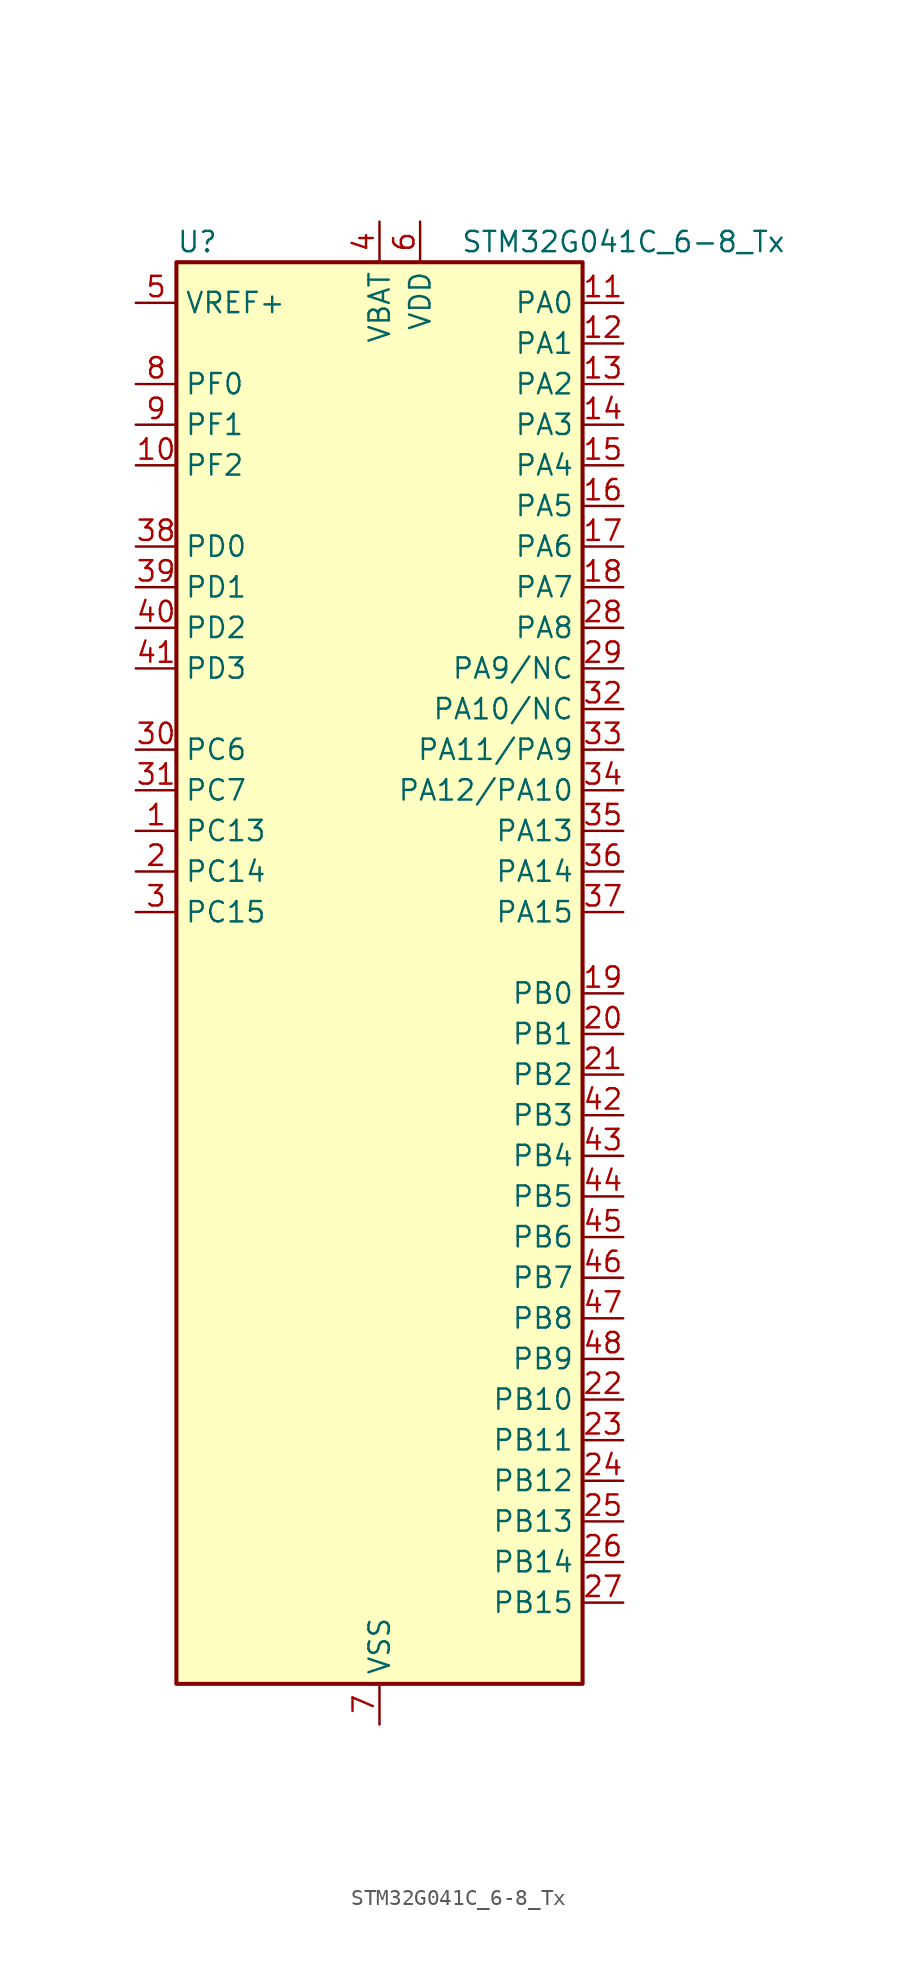
<source format=kicad_sym>
(kicad_symbol_lib
  (version 20231120)
  (generator "kicad_symbol_editor")
  (generator_version "8.0")
  (symbol "STM32G041C_6-8_Tx"
    (property "Reference" "U"
      (at -12.7 46.99 0)
      (effects (font (size 1.27 1.27)) (justify left)))
    (property "Value" "STM32G041C_6-8_Tx"
      (at 5.08 46.99 0)
      (effects (font (size 1.27 1.27)) (justify left)))
    (property "ki_locked" ""
      (at 0 0 0)
      (effects (font (size 1.27 1.27))))
    (symbol "STM32G041C_6-8_Tx_0_1"
      (rectangle (start -12.7 -43.18) (end 12.7 45.72) (stroke (width 0.254) (type default)) (fill (type background))))
    (symbol "STM32G041C_6-8_Tx_1_1"
      (pin bidirectional line (at -15.24 10.16 0) (length 2.54) (name "PC13" (effects (font (size 1.27 1.27)))) (number "1" (effects (font (size 1.27 1.27)))) (alternate "RTC_OUT_ALARM" bidirectional line) (alternate "RTC_OUT_CALIB" bidirectional line) (alternate "RTC_TAMP_IN1" bidirectional line) (alternate "RTC_TS" bidirectional line) (alternate "SYS_WKUP2" bidirectional line) (alternate "TIM1_BK" bidirectional line))
      (pin bidirectional line (at -15.24 33.02 0) (length 2.54) (name "PF2" (effects (font (size 1.27 1.27)))) (number "10" (effects (font (size 1.27 1.27)))) (alternate "RCC_MCO" bidirectional line))
      (pin bidirectional line (at 15.24 43.18 180) (length 2.54) (name "PA0" (effects (font (size 1.27 1.27)))) (number "11" (effects (font (size 1.27 1.27)))) (alternate "ADC1_IN0" bidirectional line) (alternate "LPTIM1_OUT" bidirectional line) (alternate "RTC_TAMP_IN2" bidirectional line) (alternate "SPI2_SCK" bidirectional line) (alternate "SYS_WKUP1" bidirectional line) (alternate "TIM2_CH1" bidirectional line) (alternate "TIM2_ETR" bidirectional line) (alternate "USART2_CTS" bidirectional line) (alternate "USART2_NSS" bidirectional line))
      (pin bidirectional line (at 15.24 40.64 180) (length 2.54) (name "PA1" (effects (font (size 1.27 1.27)))) (number "12" (effects (font (size 1.27 1.27)))) (alternate "ADC1_IN1" bidirectional line) (alternate "I2C1_SMBA" bidirectional line) (alternate "I2S1_CK" bidirectional line) (alternate "SPI1_SCK" bidirectional line) (alternate "TIM2_CH2" bidirectional line) (alternate "USART2_CK" bidirectional line) (alternate "USART2_DE" bidirectional line) (alternate "USART2_RTS" bidirectional line))
      (pin bidirectional line (at 15.24 38.1 180) (length 2.54) (name "PA2" (effects (font (size 1.27 1.27)))) (number "13" (effects (font (size 1.27 1.27)))) (alternate "ADC1_IN2" bidirectional line) (alternate "I2S1_SD" bidirectional line) (alternate "LPUART1_TX" bidirectional line) (alternate "RCC_LSCO" bidirectional line) (alternate "SPI1_MOSI" bidirectional line) (alternate "SYS_WKUP4" bidirectional line) (alternate "TIM2_CH3" bidirectional line) (alternate "USART2_TX" bidirectional line))
      (pin bidirectional line (at 15.24 35.56 180) (length 2.54) (name "PA3" (effects (font (size 1.27 1.27)))) (number "14" (effects (font (size 1.27 1.27)))) (alternate "ADC1_IN3" bidirectional line) (alternate "LPUART1_RX" bidirectional line) (alternate "SPI2_MISO" bidirectional line) (alternate "TIM2_CH4" bidirectional line) (alternate "USART2_RX" bidirectional line))
      (pin bidirectional line (at 15.24 33.02 180) (length 2.54) (name "PA4" (effects (font (size 1.27 1.27)))) (number "15" (effects (font (size 1.27 1.27)))) (alternate "ADC1_IN4" bidirectional line) (alternate "I2S1_WS" bidirectional line) (alternate "LPTIM2_OUT" bidirectional line) (alternate "RTC_OUT_ALARM" bidirectional line) (alternate "RTC_OUT_CALIB" bidirectional line) (alternate "SPI1_NSS" bidirectional line) (alternate "SPI2_MOSI" bidirectional line) (alternate "TIM14_CH1" bidirectional line))
      (pin bidirectional line (at 15.24 30.48 180) (length 2.54) (name "PA5" (effects (font (size 1.27 1.27)))) (number "16" (effects (font (size 1.27 1.27)))) (alternate "ADC1_IN5" bidirectional line) (alternate "I2S1_CK" bidirectional line) (alternate "LPTIM2_ETR" bidirectional line) (alternate "SPI1_SCK" bidirectional line) (alternate "TIM2_CH1" bidirectional line) (alternate "TIM2_ETR" bidirectional line))
      (pin bidirectional line (at 15.24 27.94 180) (length 2.54) (name "PA6" (effects (font (size 1.27 1.27)))) (number "17" (effects (font (size 1.27 1.27)))) (alternate "ADC1_IN6" bidirectional line) (alternate "I2S1_MCK" bidirectional line) (alternate "LPUART1_CTS" bidirectional line) (alternate "SPI1_MISO" bidirectional line) (alternate "TIM16_CH1" bidirectional line) (alternate "TIM1_BK" bidirectional line) (alternate "TIM3_CH1" bidirectional line))
      (pin bidirectional line (at 15.24 25.4 180) (length 2.54) (name "PA7" (effects (font (size 1.27 1.27)))) (number "18" (effects (font (size 1.27 1.27)))) (alternate "ADC1_IN7" bidirectional line) (alternate "I2S1_SD" bidirectional line) (alternate "SPI1_MOSI" bidirectional line) (alternate "TIM14_CH1" bidirectional line) (alternate "TIM17_CH1" bidirectional line) (alternate "TIM1_CH1N" bidirectional line) (alternate "TIM3_CH2" bidirectional line))
      (pin bidirectional line (at 15.24 0 180) (length 2.54) (name "PB0" (effects (font (size 1.27 1.27)))) (number "19" (effects (font (size 1.27 1.27)))) (alternate "ADC1_IN8" bidirectional line) (alternate "I2S1_WS" bidirectional line) (alternate "LPTIM1_OUT" bidirectional line) (alternate "SPI1_NSS" bidirectional line) (alternate "TIM1_CH2N" bidirectional line) (alternate "TIM3_CH3" bidirectional line))
      (pin bidirectional line (at -15.24 7.62 0) (length 2.54) (name "PC14" (effects (font (size 1.27 1.27)))) (number "2" (effects (font (size 1.27 1.27)))) (alternate "RCC_OSC32_IN" bidirectional line) (alternate "TIM1_BK2" bidirectional line))
      (pin bidirectional line (at 15.24 -2.54 180) (length 2.54) (name "PB1" (effects (font (size 1.27 1.27)))) (number "20" (effects (font (size 1.27 1.27)))) (alternate "ADC1_IN9" bidirectional line) (alternate "LPTIM2_IN1" bidirectional line) (alternate "LPUART1_DE" bidirectional line) (alternate "LPUART1_RTS" bidirectional line) (alternate "TIM14_CH1" bidirectional line) (alternate "TIM1_CH3N" bidirectional line) (alternate "TIM3_CH4" bidirectional line))
      (pin bidirectional line (at 15.24 -5.08 180) (length 2.54) (name "PB2" (effects (font (size 1.27 1.27)))) (number "21" (effects (font (size 1.27 1.27)))) (alternate "ADC1_IN10" bidirectional line) (alternate "LPTIM1_OUT" bidirectional line) (alternate "SPI2_MISO" bidirectional line))
      (pin bidirectional line (at 15.24 -25.4 180) (length 2.54) (name "PB10" (effects (font (size 1.27 1.27)))) (number "22" (effects (font (size 1.27 1.27)))) (alternate "ADC1_IN11" bidirectional line) (alternate "I2C2_SCL" bidirectional line) (alternate "LPUART1_RX" bidirectional line) (alternate "SPI2_SCK" bidirectional line) (alternate "TIM2_CH3" bidirectional line))
      (pin bidirectional line (at 15.24 -27.94 180) (length 2.54) (name "PB11" (effects (font (size 1.27 1.27)))) (number "23" (effects (font (size 1.27 1.27)))) (alternate "ADC1_EXTI11" bidirectional line) (alternate "ADC1_IN15" bidirectional line) (alternate "I2C2_SDA" bidirectional line) (alternate "LPUART1_TX" bidirectional line) (alternate "SPI2_MOSI" bidirectional line) (alternate "TIM2_CH4" bidirectional line))
      (pin bidirectional line (at 15.24 -30.48 180) (length 2.54) (name "PB12" (effects (font (size 1.27 1.27)))) (number "24" (effects (font (size 1.27 1.27)))) (alternate "ADC1_IN16" bidirectional line) (alternate "LPUART1_DE" bidirectional line) (alternate "LPUART1_RTS" bidirectional line) (alternate "SPI2_NSS" bidirectional line) (alternate "TIM1_BK" bidirectional line))
      (pin bidirectional line (at 15.24 -33.02 180) (length 2.54) (name "PB13" (effects (font (size 1.27 1.27)))) (number "25" (effects (font (size 1.27 1.27)))) (alternate "I2C2_SCL" bidirectional line) (alternate "LPUART1_CTS" bidirectional line) (alternate "SPI2_SCK" bidirectional line) (alternate "TIM1_CH1N" bidirectional line))
      (pin bidirectional line (at 15.24 -35.56 180) (length 2.54) (name "PB14" (effects (font (size 1.27 1.27)))) (number "26" (effects (font (size 1.27 1.27)))) (alternate "I2C2_SDA" bidirectional line) (alternate "SPI2_MISO" bidirectional line) (alternate "TIM1_CH2N" bidirectional line))
      (pin bidirectional line (at 15.24 -38.1 180) (length 2.54) (name "PB15" (effects (font (size 1.27 1.27)))) (number "27" (effects (font (size 1.27 1.27)))) (alternate "RTC_REFIN" bidirectional line) (alternate "SPI2_MOSI" bidirectional line) (alternate "TIM1_CH3N" bidirectional line))
      (pin bidirectional line (at 15.24 22.86 180) (length 2.54) (name "PA8" (effects (font (size 1.27 1.27)))) (number "28" (effects (font (size 1.27 1.27)))) (alternate "LPTIM2_OUT" bidirectional line) (alternate "RCC_MCO" bidirectional line) (alternate "SPI2_NSS" bidirectional line) (alternate "TIM1_CH1" bidirectional line))
      (pin bidirectional line (at 15.24 20.32 180) (length 2.54) (name "PA9/NC" (effects (font (size 1.27 1.27)))) (number "29" (effects (font (size 1.27 1.27)))) (alternate "I2C1_SCL" bidirectional line) (alternate "RCC_MCO" bidirectional line) (alternate "SPI2_MISO" bidirectional line) (alternate "TIM1_CH2" bidirectional line) (alternate "USART1_TX" bidirectional line))
      (pin bidirectional line (at -15.24 5.08 0) (length 2.54) (name "PC15" (effects (font (size 1.27 1.27)))) (number "3" (effects (font (size 1.27 1.27)))) (alternate "RCC_OSC32_EN" bidirectional line) (alternate "RCC_OSC32_OUT" bidirectional line) (alternate "RCC_OSC_EN" bidirectional line))
      (pin bidirectional line (at -15.24 15.24 0) (length 2.54) (name "PC6" (effects (font (size 1.27 1.27)))) (number "30" (effects (font (size 1.27 1.27)))) (alternate "TIM2_CH3" bidirectional line) (alternate "TIM3_CH1" bidirectional line))
      (pin bidirectional line (at -15.24 12.7 0) (length 2.54) (name "PC7" (effects (font (size 1.27 1.27)))) (number "31" (effects (font (size 1.27 1.27)))) (alternate "TIM2_CH4" bidirectional line) (alternate "TIM3_CH2" bidirectional line))
      (pin bidirectional line (at 15.24 17.78 180) (length 2.54) (name "PA10/NC" (effects (font (size 1.27 1.27)))) (number "32" (effects (font (size 1.27 1.27)))) (alternate "I2C1_SDA" bidirectional line) (alternate "SPI2_MOSI" bidirectional line) (alternate "TIM17_BK" bidirectional line) (alternate "TIM1_CH3" bidirectional line) (alternate "USART1_RX" bidirectional line))
      (pin bidirectional line (at 15.24 15.24 180) (length 2.54) (name "PA11/PA9" (effects (font (size 1.27 1.27)))) (number "33" (effects (font (size 1.27 1.27)))) (alternate "ADC1_EXTI11" bidirectional line) (alternate "I2C2_SCL" bidirectional line) (alternate "I2S1_MCK" bidirectional line) (alternate "SPI1_MISO" bidirectional line) (alternate "TIM1_BK2" bidirectional line) (alternate "TIM1_CH4" bidirectional line) (alternate "USART1_CTS" bidirectional line) (alternate "USART1_NSS" bidirectional line))
      (pin bidirectional line (at 15.24 12.7 180) (length 2.54) (name "PA12/PA10" (effects (font (size 1.27 1.27)))) (number "34" (effects (font (size 1.27 1.27)))) (alternate "I2C2_SDA" bidirectional line) (alternate "I2S1_SD" bidirectional line) (alternate "I2S_CKIN" bidirectional line) (alternate "SPI1_MOSI" bidirectional line) (alternate "TIM1_ETR" bidirectional line) (alternate "USART1_CK" bidirectional line) (alternate "USART1_DE" bidirectional line) (alternate "USART1_RTS" bidirectional line))
      (pin bidirectional line (at 15.24 10.16 180) (length 2.54) (name "PA13" (effects (font (size 1.27 1.27)))) (number "35" (effects (font (size 1.27 1.27)))) (alternate "ADC1_IN17" bidirectional line) (alternate "IR_OUT" bidirectional line) (alternate "SYS_SWDIO" bidirectional line))
      (pin bidirectional line (at 15.24 7.62 180) (length 2.54) (name "PA14" (effects (font (size 1.27 1.27)))) (number "36" (effects (font (size 1.27 1.27)))) (alternate "ADC1_IN18" bidirectional line) (alternate "SYS_SWCLK" bidirectional line) (alternate "USART2_TX" bidirectional line))
      (pin bidirectional line (at 15.24 5.08 180) (length 2.54) (name "PA15" (effects (font (size 1.27 1.27)))) (number "37" (effects (font (size 1.27 1.27)))) (alternate "I2S1_WS" bidirectional line) (alternate "SPI1_NSS" bidirectional line) (alternate "TIM2_CH1" bidirectional line) (alternate "TIM2_ETR" bidirectional line) (alternate "USART2_RX" bidirectional line))
      (pin bidirectional line (at -15.24 27.94 0) (length 2.54) (name "PD0" (effects (font (size 1.27 1.27)))) (number "38" (effects (font (size 1.27 1.27)))) (alternate "SPI2_NSS" bidirectional line) (alternate "TIM16_CH1" bidirectional line))
      (pin bidirectional line (at -15.24 25.4 0) (length 2.54) (name "PD1" (effects (font (size 1.27 1.27)))) (number "39" (effects (font (size 1.27 1.27)))) (alternate "SPI2_SCK" bidirectional line) (alternate "TIM17_CH1" bidirectional line))
      (pin power_in line (at 0 48.26 270) (length 2.54) (name "VBAT" (effects (font (size 1.27 1.27)))) (number "4" (effects (font (size 1.27 1.27)))))
      (pin bidirectional line (at -15.24 22.86 0) (length 2.54) (name "PD2" (effects (font (size 1.27 1.27)))) (number "40" (effects (font (size 1.27 1.27)))) (alternate "TIM1_CH1N" bidirectional line) (alternate "TIM3_ETR" bidirectional line))
      (pin bidirectional line (at -15.24 20.32 0) (length 2.54) (name "PD3" (effects (font (size 1.27 1.27)))) (number "41" (effects (font (size 1.27 1.27)))) (alternate "SPI2_MISO" bidirectional line) (alternate "TIM1_CH2N" bidirectional line) (alternate "USART2_CTS" bidirectional line) (alternate "USART2_NSS" bidirectional line))
      (pin bidirectional line (at 15.24 -7.62 180) (length 2.54) (name "PB3" (effects (font (size 1.27 1.27)))) (number "42" (effects (font (size 1.27 1.27)))) (alternate "I2S1_CK" bidirectional line) (alternate "SPI1_SCK" bidirectional line) (alternate "TIM1_CH2" bidirectional line) (alternate "TIM2_CH2" bidirectional line) (alternate "USART1_CK" bidirectional line) (alternate "USART1_DE" bidirectional line) (alternate "USART1_RTS" bidirectional line))
      (pin bidirectional line (at 15.24 -10.16 180) (length 2.54) (name "PB4" (effects (font (size 1.27 1.27)))) (number "43" (effects (font (size 1.27 1.27)))) (alternate "I2S1_MCK" bidirectional line) (alternate "SPI1_MISO" bidirectional line) (alternate "TIM17_BK" bidirectional line) (alternate "TIM3_CH1" bidirectional line) (alternate "USART1_CTS" bidirectional line) (alternate "USART1_NSS" bidirectional line))
      (pin bidirectional line (at 15.24 -12.7 180) (length 2.54) (name "PB5" (effects (font (size 1.27 1.27)))) (number "44" (effects (font (size 1.27 1.27)))) (alternate "I2C1_SMBA" bidirectional line) (alternate "I2S1_SD" bidirectional line) (alternate "LPTIM1_IN1" bidirectional line) (alternate "SPI1_MOSI" bidirectional line) (alternate "SYS_WKUP6" bidirectional line) (alternate "TIM16_BK" bidirectional line) (alternate "TIM3_CH2" bidirectional line))
      (pin bidirectional line (at 15.24 -15.24 180) (length 2.54) (name "PB6" (effects (font (size 1.27 1.27)))) (number "45" (effects (font (size 1.27 1.27)))) (alternate "I2C1_SCL" bidirectional line) (alternate "LPTIM1_ETR" bidirectional line) (alternate "SPI2_MISO" bidirectional line) (alternate "TIM16_CH1N" bidirectional line) (alternate "TIM1_CH3" bidirectional line) (alternate "USART1_TX" bidirectional line))
      (pin bidirectional line (at 15.24 -17.78 180) (length 2.54) (name "PB7" (effects (font (size 1.27 1.27)))) (number "46" (effects (font (size 1.27 1.27)))) (alternate "I2C1_SDA" bidirectional line) (alternate "LPTIM1_IN2" bidirectional line) (alternate "SPI2_MOSI" bidirectional line) (alternate "SYS_PVD_IN" bidirectional line) (alternate "TIM17_CH1N" bidirectional line) (alternate "USART1_RX" bidirectional line))
      (pin bidirectional line (at 15.24 -20.32 180) (length 2.54) (name "PB8" (effects (font (size 1.27 1.27)))) (number "47" (effects (font (size 1.27 1.27)))) (alternate "I2C1_SCL" bidirectional line) (alternate "SPI2_SCK" bidirectional line) (alternate "TIM16_CH1" bidirectional line))
      (pin bidirectional line (at 15.24 -22.86 180) (length 2.54) (name "PB9" (effects (font (size 1.27 1.27)))) (number "48" (effects (font (size 1.27 1.27)))) (alternate "I2C1_SDA" bidirectional line) (alternate "IR_OUT" bidirectional line) (alternate "SPI2_NSS" bidirectional line) (alternate "TIM17_CH1" bidirectional line))
      (pin input line (at -15.24 43.18 0) (length 2.54) (name "VREF+" (effects (font (size 1.27 1.27)))) (number "5" (effects (font (size 1.27 1.27)))) (alternate "VREFBUF_OUT" bidirectional line))
      (pin power_in line (at 2.54 48.26 270) (length 2.54) (name "VDD" (effects (font (size 1.27 1.27)))) (number "6" (effects (font (size 1.27 1.27)))))
      (pin power_in line (at 0 -45.72 90) (length 2.54) (name "VSS" (effects (font (size 1.27 1.27)))) (number "7" (effects (font (size 1.27 1.27)))))
      (pin bidirectional line (at -15.24 38.1 0) (length 2.54) (name "PF0" (effects (font (size 1.27 1.27)))) (number "8" (effects (font (size 1.27 1.27)))) (alternate "RCC_OSC_IN" bidirectional line) (alternate "TIM14_CH1" bidirectional line))
      (pin bidirectional line (at -15.24 35.56 0) (length 2.54) (name "PF1" (effects (font (size 1.27 1.27)))) (number "9" (effects (font (size 1.27 1.27)))) (alternate "RCC_OSC_EN" bidirectional line) (alternate "RCC_OSC_OUT" bidirectional line)))))
</source>
